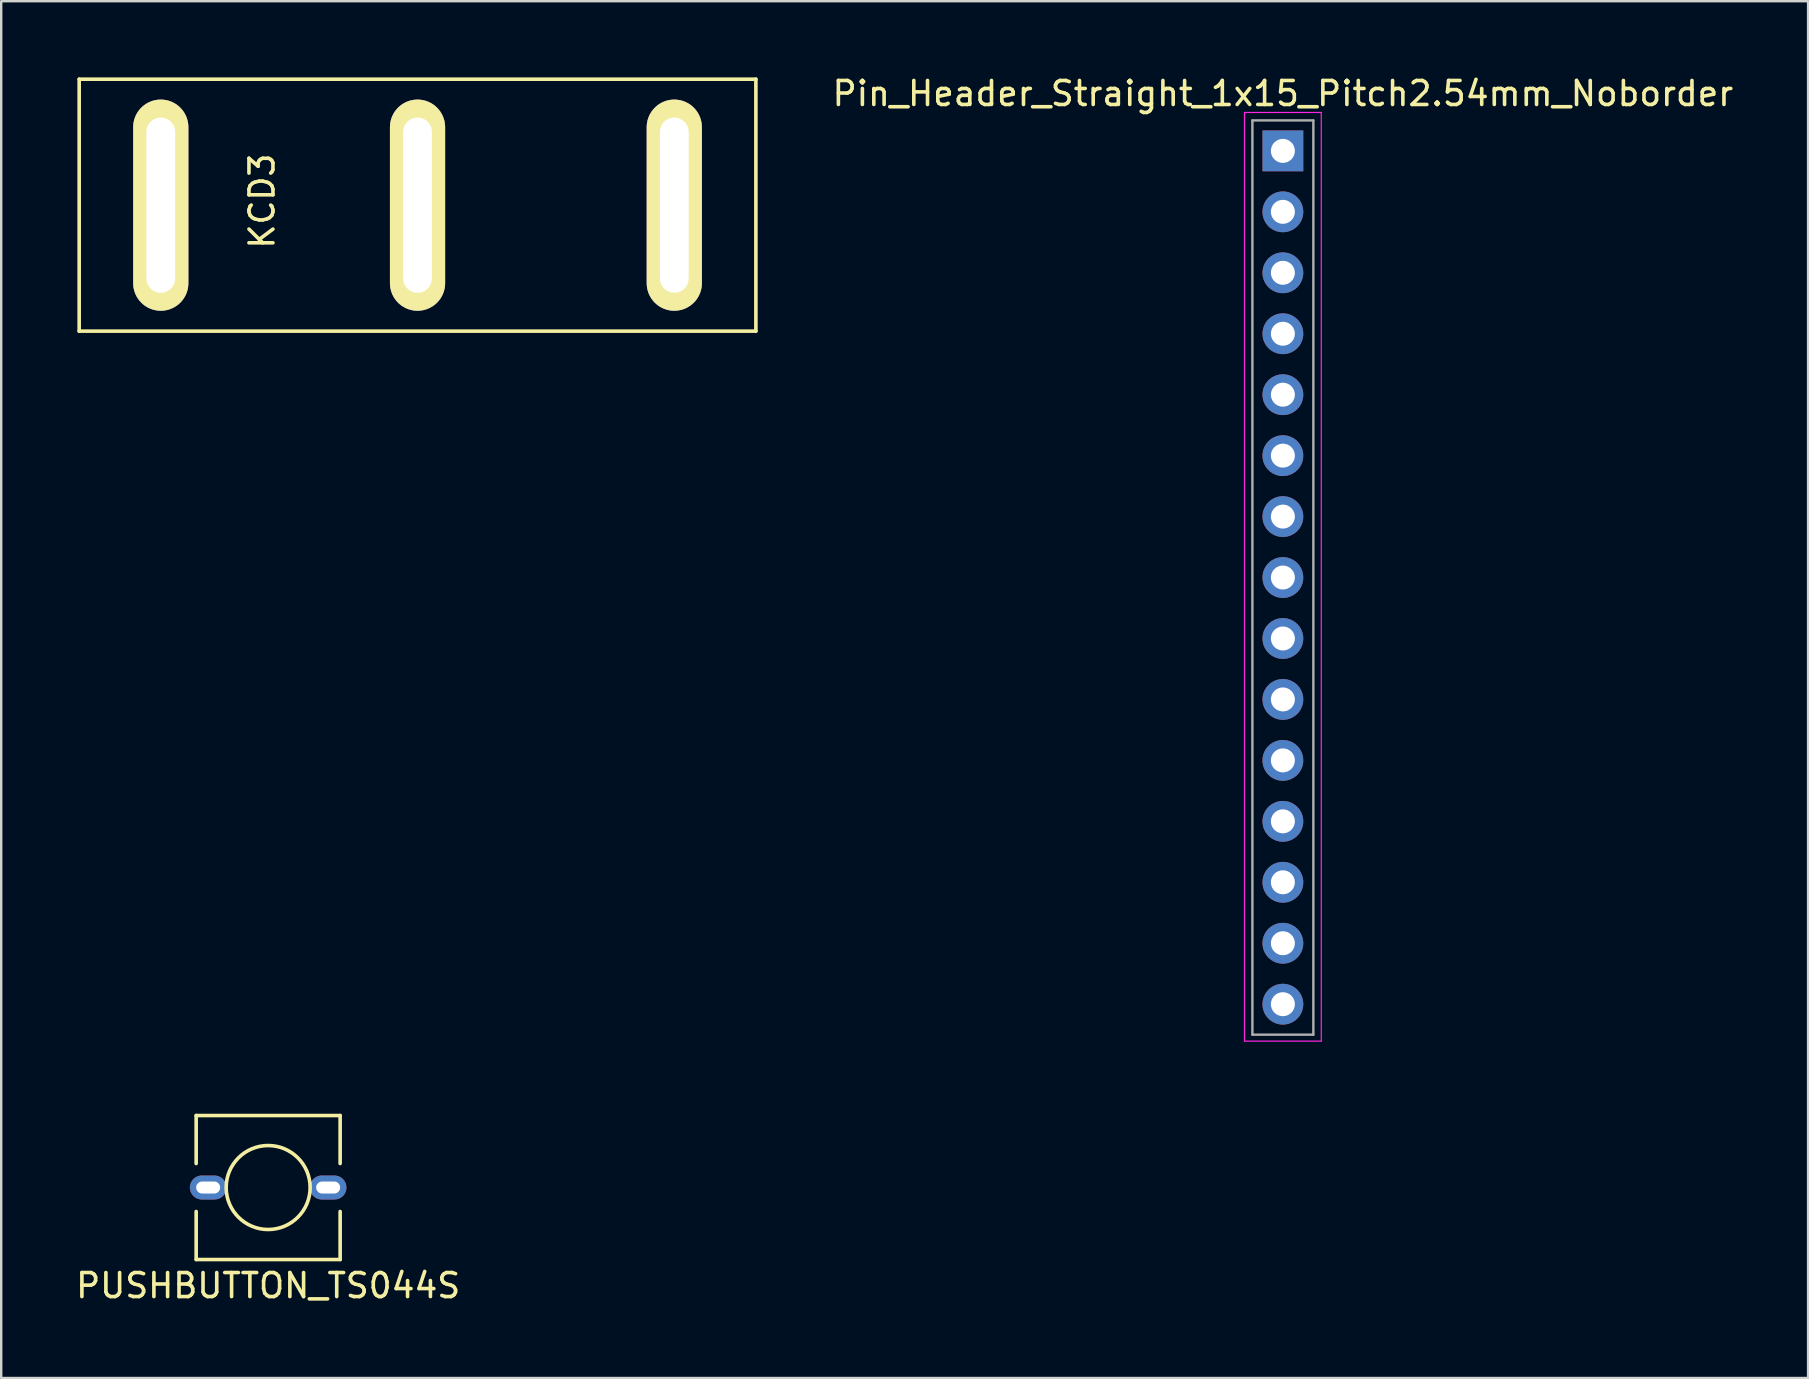
<source format=kicad_pcb>
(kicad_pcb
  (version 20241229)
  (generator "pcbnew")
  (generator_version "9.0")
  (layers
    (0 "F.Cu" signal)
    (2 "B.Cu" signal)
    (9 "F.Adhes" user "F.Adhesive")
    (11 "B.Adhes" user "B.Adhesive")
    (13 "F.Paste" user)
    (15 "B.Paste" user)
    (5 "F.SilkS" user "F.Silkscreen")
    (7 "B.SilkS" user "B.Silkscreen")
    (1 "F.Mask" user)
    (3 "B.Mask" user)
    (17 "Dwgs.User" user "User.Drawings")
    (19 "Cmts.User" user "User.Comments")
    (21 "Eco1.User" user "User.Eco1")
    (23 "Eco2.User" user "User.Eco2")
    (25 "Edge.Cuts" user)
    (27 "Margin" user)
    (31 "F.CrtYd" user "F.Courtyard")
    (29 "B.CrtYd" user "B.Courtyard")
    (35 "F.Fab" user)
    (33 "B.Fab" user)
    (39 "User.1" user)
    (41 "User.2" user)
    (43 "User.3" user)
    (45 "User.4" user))
  (footprint "PUSHBUTTON_TS044S"
    (layer "F.Cu")
    (at 8.125 46.438)
    (property "Reference" "PUSHBUTTON_TS044S" (at 0 4.089 0) (layer "F.SilkS") (effects (font (size 1 1) (thickness 0.15))))
    (attr through_hole)
    (fp_line (start -3 -3) (end -3 -1) (stroke (width 0.15) (type solid)) (layer "F.SilkS"))
    (fp_line (start -3 -3) (end 3 -3) (stroke (width 0.15) (type solid)) (layer "F.SilkS"))
    (fp_line (start -3 3) (end -3 1) (stroke (width 0.15) (type solid)) (layer "F.SilkS"))
    (fp_line (start 3 -3) (end 3 -1) (stroke (width 0.15) (type solid)) (layer "F.SilkS"))
    (fp_line (start 3 3) (end -3 3) (stroke (width 0.15) (type solid)) (layer "F.SilkS"))
    (fp_line (start 3 3) (end 3 1) (stroke (width 0.15) (type solid)) (layer "F.SilkS"))
    (fp_circle (center 0 0) (end 1.75 0) (stroke (width 0.15) (type solid)) (fill no) (layer "F.SilkS"))
    (pad "1" thru_hole oval (at -2.5 0) (size 1.524 1) (drill oval 1 0.5) (layers "*.Cu" "*.Mask"))
    (pad "2" thru_hole oval (at 2.5 0) (size 1.524 1) (drill oval 1 0.5) (layers "*.Cu" "*.Mask")))
  (footprint "KCD3"
    (layer "F.Cu")
    (at 0.25 0.25)
    (property "Reference" "KCD3" (at 7.62 5.08 90) (layer "F.SilkS") (effects (font (size 1 1) (thickness 0.15))))
    (attr through_hole)
    (fp_line (start 0 0) (end 28.2 0) (stroke (width 0.15) (type solid)) (layer "F.SilkS"))
    (fp_line (start 0 10.5) (end 0 0) (stroke (width 0.15) (type solid)) (layer "F.SilkS"))
    (fp_line (start 28.2 0) (end 28.2 10.5) (stroke (width 0.15) (type solid)) (layer "F.SilkS"))
    (fp_line (start 28.2 10.5) (end 0 10.5) (stroke (width 0.15) (type solid)) (layer "F.SilkS"))
    (pad "1" thru_hole oval (at 3.4 5.25) (size 2.3 8.8) (drill oval 1.2 7.3) (layers "*.Cu" "*.Mask" "F.SilkS"))
    (pad "2" thru_hole oval (at 14.1 5.25) (size 2.3 8.8) (drill oval 1.2 7.3) (layers "*.Cu" "*.Mask" "F.SilkS"))
    (pad "3" thru_hole oval (at 24.8 5.25) (size 2.3 8.8) (drill oval 1.2 7.3) (layers "*.Cu" "*.Mask" "F.SilkS")))
  (footprint "Pin_Header_Straight_1x15_Pitch2.54mm_Noborder"
    (layer "F.Cu")
    (at 50.412 3.238)
    (property "Reference" "Pin_Header_Straight_1x15_Pitch2.54mm_Noborder" (at 0 -2.39 0) (layer "F.SilkS") (effects (font (size 1 1) (thickness 0.15))))
    (attr through_hole)
    (fp_line (start -1.6 -1.6) (end -1.6 37.1) (stroke (width 0.05) (type solid)) (layer "F.CrtYd"))
    (fp_line (start -1.6 37.1) (end 1.6 37.1) (stroke (width 0.05) (type solid)) (layer "F.CrtYd"))
    (fp_line (start 1.6 -1.6) (end -1.6 -1.6) (stroke (width 0.05) (type solid)) (layer "F.CrtYd"))
    (fp_line (start 1.6 37.1) (end 1.6 -1.6) (stroke (width 0.05) (type solid)) (layer "F.CrtYd"))
    (fp_line (start -1.27 -1.27) (end -1.27 36.83) (stroke (width 0.1) (type solid)) (layer "F.Fab"))
    (fp_line (start -1.27 36.83) (end 1.27 36.83) (stroke (width 0.1) (type solid)) (layer "F.Fab"))
    (fp_line (start 1.27 -1.27) (end -1.27 -1.27) (stroke (width 0.1) (type solid)) (layer "F.Fab"))
    (fp_line (start 1.27 36.83) (end 1.27 -1.27) (stroke (width 0.1) (type solid)) (layer "F.Fab"))
    (pad "1" thru_hole rect (at 0 0) (size 1.7 1.7) (drill 1) (layers "*.Cu" "*.Mask"))
    (pad "2" thru_hole oval (at 0 2.54) (size 1.7 1.7) (drill 1) (layers "*.Cu" "*.Mask"))
    (pad "3" thru_hole oval (at 0 5.08) (size 1.7 1.7) (drill 1) (layers "*.Cu" "*.Mask"))
    (pad "4" thru_hole oval (at 0 7.62) (size 1.7 1.7) (drill 1) (layers "*.Cu" "*.Mask"))
    (pad "5" thru_hole oval (at 0 10.16) (size 1.7 1.7) (drill 1) (layers "*.Cu" "*.Mask"))
    (pad "6" thru_hole oval (at 0 12.7) (size 1.7 1.7) (drill 1) (layers "*.Cu" "*.Mask"))
    (pad "7" thru_hole oval (at 0 15.24) (size 1.7 1.7) (drill 1) (layers "*.Cu" "*.Mask"))
    (pad "8" thru_hole oval (at 0 17.78) (size 1.7 1.7) (drill 1) (layers "*.Cu" "*.Mask"))
    (pad "9" thru_hole oval (at 0 20.32) (size 1.7 1.7) (drill 1) (layers "*.Cu" "*.Mask"))
    (pad "10" thru_hole oval (at 0 22.86) (size 1.7 1.7) (drill 1) (layers "*.Cu" "*.Mask"))
    (pad "11" thru_hole oval (at 0 25.4) (size 1.7 1.7) (drill 1) (layers "*.Cu" "*.Mask"))
    (pad "12" thru_hole oval (at 0 27.94) (size 1.7 1.7) (drill 1) (layers "*.Cu" "*.Mask"))
    (pad "13" thru_hole oval (at 0 30.48) (size 1.7 1.7) (drill 1) (layers "*.Cu" "*.Mask"))
    (pad "14" thru_hole oval (at 0 33.02) (size 1.7 1.7) (drill 1) (layers "*.Cu" "*.Mask"))
    (pad "15" thru_hole oval (at 0 35.56) (size 1.7 1.7) (drill 1) (layers "*.Cu" "*.Mask")))
  (gr_rect
    (start -3 -3)
    (end 72.299 54.376)
    (stroke (width 0.1) (type default))
    (fill no)
    (layer "Edge.Cuts")))
</source>
